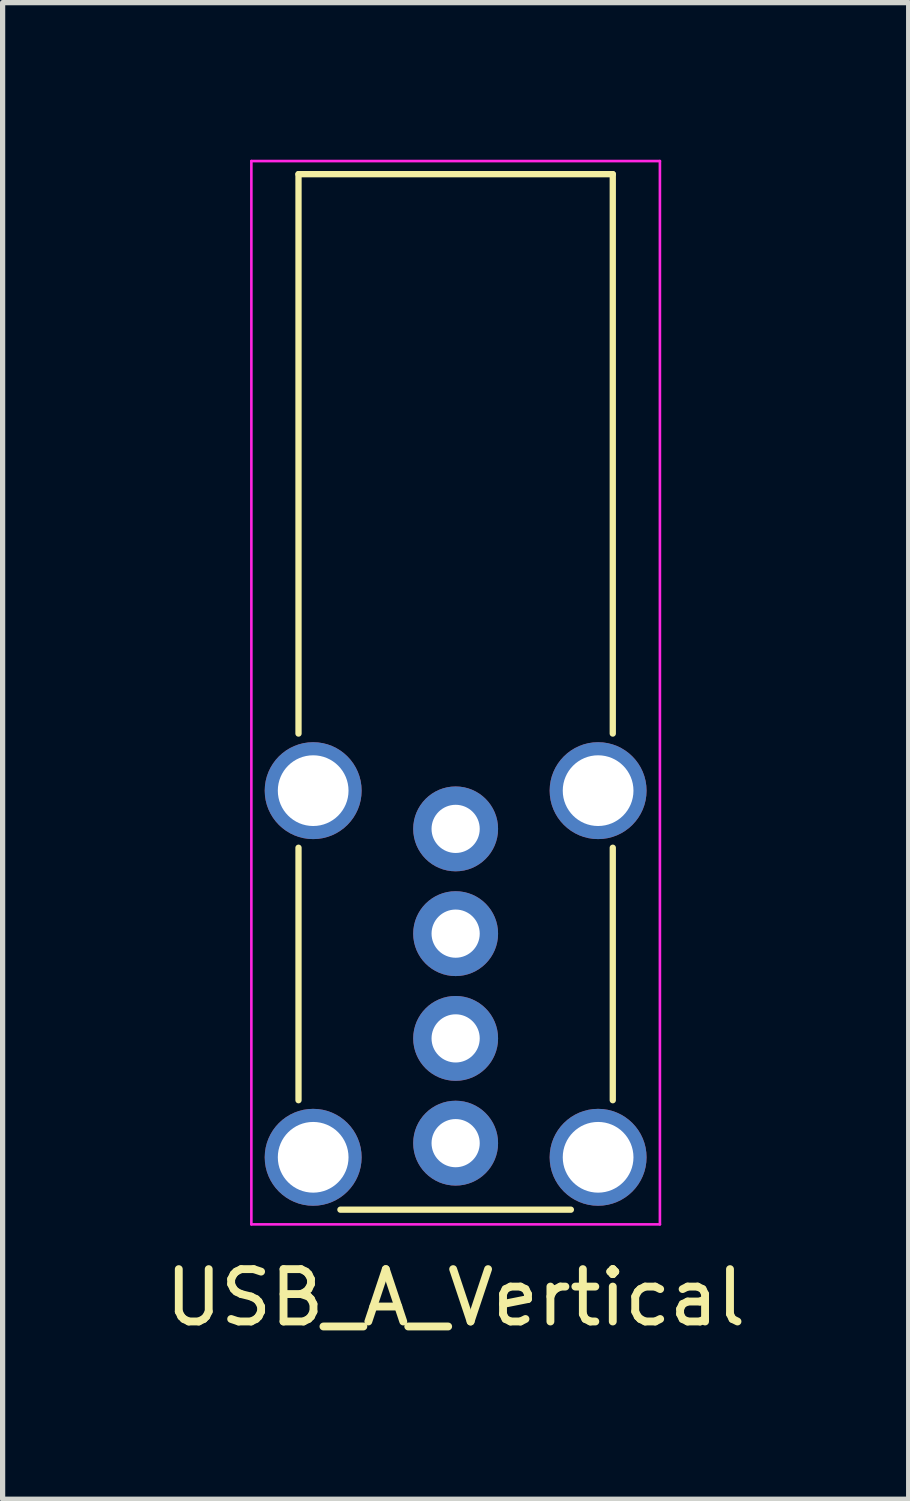
<source format=kicad_pcb>
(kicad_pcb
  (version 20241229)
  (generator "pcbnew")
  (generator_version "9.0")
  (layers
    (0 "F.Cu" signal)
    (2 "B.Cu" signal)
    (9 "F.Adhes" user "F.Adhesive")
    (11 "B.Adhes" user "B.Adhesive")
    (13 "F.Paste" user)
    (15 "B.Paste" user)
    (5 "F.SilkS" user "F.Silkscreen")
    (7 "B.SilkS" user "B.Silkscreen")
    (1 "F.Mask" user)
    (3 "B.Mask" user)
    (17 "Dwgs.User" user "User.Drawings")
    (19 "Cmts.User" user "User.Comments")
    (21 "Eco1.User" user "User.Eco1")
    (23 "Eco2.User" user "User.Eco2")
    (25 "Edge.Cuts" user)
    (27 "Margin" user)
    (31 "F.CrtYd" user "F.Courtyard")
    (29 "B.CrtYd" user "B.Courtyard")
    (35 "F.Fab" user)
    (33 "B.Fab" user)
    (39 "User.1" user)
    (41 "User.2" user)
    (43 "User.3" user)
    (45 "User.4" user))
  (footprint "USB_A_Vertical"
    (layer "F.Cu")
    (at 5.649 12.775)
    (property "Reference" "USB_A_Vertical" (at 0 8.95 0) (layer "F.SilkS") (effects (font (size 1 1) (thickness 0.15))))
    (attr through_hole)
    (fp_line (start -3 -12.5) (end 3 -12.5) (stroke (width 0.12) (type solid)) (layer "F.SilkS"))
    (fp_line (start -3 -1.82) (end -3 -12.5) (stroke (width 0.12) (type solid)) (layer "F.SilkS"))
    (fp_line (start -3 0.36) (end -3 5.18) (stroke (width 0.12) (type solid)) (layer "F.SilkS"))
    (fp_line (start 2.2 7.27) (end -2.2 7.27) (stroke (width 0.12) (type solid)) (layer "F.SilkS"))
    (fp_line (start 3 -1.82) (end 3 -12.5) (stroke (width 0.12) (type solid)) (layer "F.SilkS"))
    (fp_line (start 3 0.36) (end 3 5.18) (stroke (width 0.12) (type solid)) (layer "F.SilkS"))
    (fp_line (start -3.9 -12.75) (end 3.9 -12.75) (stroke (width 0.05) (type solid)) (layer "F.CrtYd"))
    (fp_line (start -3.9 7.55) (end -3.9 -12.75) (stroke (width 0.05) (type solid)) (layer "F.CrtYd"))
    (fp_line (start 3.9 -12.75) (end 3.9 7.55) (stroke (width 0.05) (type solid)) (layer "F.CrtYd"))
    (fp_line (start 3.9 7.55) (end -3.9 7.55) (stroke (width 0.05) (type solid)) (layer "F.CrtYd"))
    (pad "1" thru_hole circle (at 0 0) (size 1.62 1.62) (drill 0.92) (layers "*.Cu" "*.Mask"))
    (pad "2" thru_hole circle (at 0 2) (size 1.62 1.62) (drill 0.92) (layers "*.Cu" "*.Mask"))
    (pad "3" thru_hole circle (at 0 4) (size 1.62 1.62) (drill 0.92) (layers "*.Cu" "*.Mask"))
    (pad "4" thru_hole circle (at 0 6) (size 1.62 1.62) (drill 0.92) (layers "*.Cu" "*.Mask"))
    (pad "5" thru_hole circle (at -2.72 -0.73) (size 1.85 1.85) (drill 1.35) (layers "*.Cu" "*.Mask"))
    (pad "5" thru_hole circle (at -2.72 6.27) (size 1.85 1.85) (drill 1.35) (layers "*.Cu" "*.Mask"))
    (pad "5" thru_hole circle (at 2.72 -0.73) (size 1.85 1.85) (drill 1.35) (layers "*.Cu" "*.Mask"))
    (pad "5" thru_hole circle (at 2.72 6.27) (size 1.85 1.85) (drill 1.35) (layers "*.Cu" "*.Mask")))
  (gr_rect
    (start -3 -3)
    (end 14.298 25.573)
    (stroke (width 0.1) (type default))
    (fill no)
    (layer "Edge.Cuts")))
</source>
